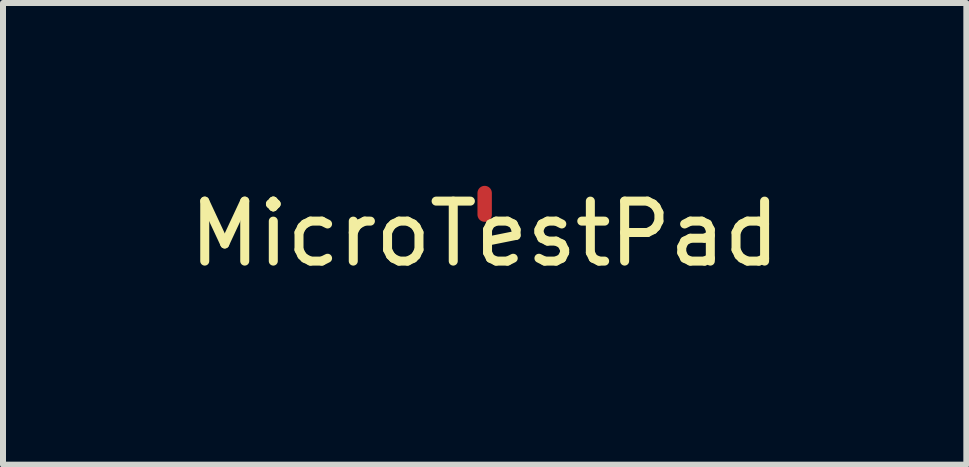
<source format=kicad_pcb>
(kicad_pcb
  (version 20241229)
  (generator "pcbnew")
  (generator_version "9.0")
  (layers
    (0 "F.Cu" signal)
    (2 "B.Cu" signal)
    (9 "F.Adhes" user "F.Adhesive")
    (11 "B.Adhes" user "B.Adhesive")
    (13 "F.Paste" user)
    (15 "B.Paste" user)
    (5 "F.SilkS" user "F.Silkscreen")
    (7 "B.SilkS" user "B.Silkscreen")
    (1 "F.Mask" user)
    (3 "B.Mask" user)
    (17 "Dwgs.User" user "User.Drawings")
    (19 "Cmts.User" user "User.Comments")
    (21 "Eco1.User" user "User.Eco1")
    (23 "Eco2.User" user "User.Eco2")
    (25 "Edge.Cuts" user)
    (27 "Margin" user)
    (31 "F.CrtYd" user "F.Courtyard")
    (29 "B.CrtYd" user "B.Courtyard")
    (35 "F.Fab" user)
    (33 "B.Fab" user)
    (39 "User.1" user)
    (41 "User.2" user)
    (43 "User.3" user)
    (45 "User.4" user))
  (footprint "MicroTestPad"
    (layer "F.Cu")
    (at 5.03 0.348)
    (property "Reference" "MicroTestPad" (at 0 0.5 0) (layer "F.SilkS") (effects (font (size 1 1) (thickness 0.15))))
    (attr through_hole)
    (pad "1" smd oval (at 0 0) (size 0.24 0.6) (layers "F.Cu" "F.Mask" "F.Paste")))
  (gr_rect
    (start -3 -3)
    (end 13.06 4.697)
    (stroke (width 0.1) (type default))
    (fill no)
    (layer "Edge.Cuts")))
</source>
